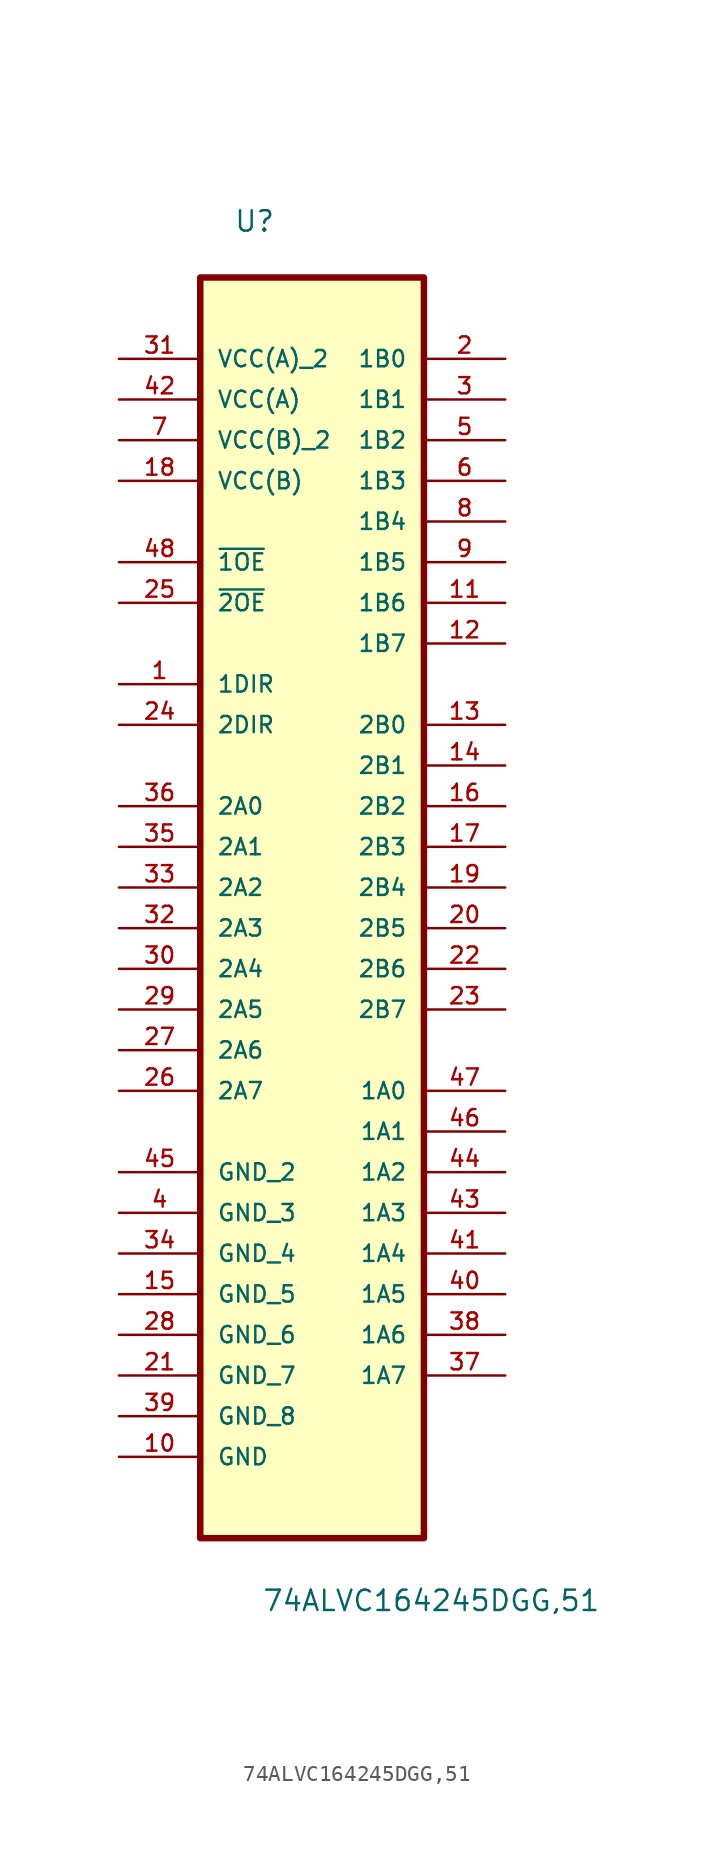
<source format=kicad_sym>
(kicad_symbol_lib
  (version 20211014)
  (generator kicad_symbol_editor)
  (symbol "74ALVC164245DGG,51"
    (pin_names
      (offset 1.016))
    (property "Reference" "U"
      (at -5.537 38.329 0)
      (effects (font (size 1.27 1.27)) (justify left bottom)))
    (property "Value" "74ALVC164245DGG,51"
      (at -3.785 -47.828 0)
      (effects (font (size 1.27 1.27)) (justify left bottom)))
    (property "ki_locked" ""
      (at 0 0 0)
      (effects (font (size 1.27 1.27))))
    (symbol "74ALVC164245DGG,51_0_0"
      (rectangle (start -7.62 35.56) (end 6.35 -43.18) (stroke (width 0.406) (type default) (color 0 0 0 0)) (fill (type background)))
      (pin input line (at -12.7 10.16 0) (length 5.08) (name "1DIR" (effects (font (size 1.016 1.016)))) (number "1" (effects (font (size 1.016 1.016)))))
      (pin passive line (at -12.7 -38.1 0) (length 5.08) (name "GND" (effects (font (size 1.016 1.016)))) (number "10" (effects (font (size 1.016 1.016)))))
      (pin bidirectional line (at 11.43 15.24 180) (length 5.08) (name "1B6" (effects (font (size 1.016 1.016)))) (number "11" (effects (font (size 1.016 1.016)))))
      (pin bidirectional line (at 11.43 12.7 180) (length 5.08) (name "1B7" (effects (font (size 1.016 1.016)))) (number "12" (effects (font (size 1.016 1.016)))))
      (pin bidirectional line (at 11.43 7.62 180) (length 5.08) (name "2B0" (effects (font (size 1.016 1.016)))) (number "13" (effects (font (size 1.016 1.016)))))
      (pin bidirectional line (at 11.43 5.08 180) (length 5.08) (name "2B1" (effects (font (size 1.016 1.016)))) (number "14" (effects (font (size 1.016 1.016)))))
      (pin passive line (at -12.7 -27.94 0) (length 5.08) (name "GND_5" (effects (font (size 1.016 1.016)))) (number "15" (effects (font (size 1.016 1.016)))))
      (pin bidirectional line (at 11.43 2.54 180) (length 5.08) (name "2B2" (effects (font (size 1.016 1.016)))) (number "16" (effects (font (size 1.016 1.016)))))
      (pin bidirectional line (at 11.43 0 180) (length 5.08) (name "2B3" (effects (font (size 1.016 1.016)))) (number "17" (effects (font (size 1.016 1.016)))))
      (pin power_in line (at -12.7 22.86 0) (length 5.08) (name "VCC(B)" (effects (font (size 1.016 1.016)))) (number "18" (effects (font (size 1.016 1.016)))))
      (pin bidirectional line (at 11.43 -2.54 180) (length 5.08) (name "2B4" (effects (font (size 1.016 1.016)))) (number "19" (effects (font (size 1.016 1.016)))))
      (pin bidirectional line (at 11.43 30.48 180) (length 5.08) (name "1B0" (effects (font (size 1.016 1.016)))) (number "2" (effects (font (size 1.016 1.016)))))
      (pin bidirectional line (at 11.43 -5.08 180) (length 5.08) (name "2B5" (effects (font (size 1.016 1.016)))) (number "20" (effects (font (size 1.016 1.016)))))
      (pin passive line (at -12.7 -33.02 0) (length 5.08) (name "GND_7" (effects (font (size 1.016 1.016)))) (number "21" (effects (font (size 1.016 1.016)))))
      (pin bidirectional line (at 11.43 -7.62 180) (length 5.08) (name "2B6" (effects (font (size 1.016 1.016)))) (number "22" (effects (font (size 1.016 1.016)))))
      (pin bidirectional line (at 11.43 -10.16 180) (length 5.08) (name "2B7" (effects (font (size 1.016 1.016)))) (number "23" (effects (font (size 1.016 1.016)))))
      (pin input line (at -12.7 7.62 0) (length 5.08) (name "2DIR" (effects (font (size 1.016 1.016)))) (number "24" (effects (font (size 1.016 1.016)))))
      (pin input line (at -12.7 15.24 0) (length 5.08) (name "~{2OE}" (effects (font (size 1.016 1.016)))) (number "25" (effects (font (size 1.016 1.016)))))
      (pin bidirectional line (at -12.7 -15.24 0) (length 5.08) (name "2A7" (effects (font (size 1.016 1.016)))) (number "26" (effects (font (size 1.016 1.016)))))
      (pin bidirectional line (at -12.7 -12.7 0) (length 5.08) (name "2A6" (effects (font (size 1.016 1.016)))) (number "27" (effects (font (size 1.016 1.016)))))
      (pin passive line (at -12.7 -30.48 0) (length 5.08) (name "GND_6" (effects (font (size 1.016 1.016)))) (number "28" (effects (font (size 1.016 1.016)))))
      (pin bidirectional line (at -12.7 -10.16 0) (length 5.08) (name "2A5" (effects (font (size 1.016 1.016)))) (number "29" (effects (font (size 1.016 1.016)))))
      (pin bidirectional line (at 11.43 27.94 180) (length 5.08) (name "1B1" (effects (font (size 1.016 1.016)))) (number "3" (effects (font (size 1.016 1.016)))))
      (pin bidirectional line (at -12.7 -7.62 0) (length 5.08) (name "2A4" (effects (font (size 1.016 1.016)))) (number "30" (effects (font (size 1.016 1.016)))))
      (pin power_in line (at -12.7 30.48 0) (length 5.08) (name "VCC(A)_2" (effects (font (size 1.016 1.016)))) (number "31" (effects (font (size 1.016 1.016)))))
      (pin bidirectional line (at -12.7 -5.08 0) (length 5.08) (name "2A3" (effects (font (size 1.016 1.016)))) (number "32" (effects (font (size 1.016 1.016)))))
      (pin bidirectional line (at -12.7 -2.54 0) (length 5.08) (name "2A2" (effects (font (size 1.016 1.016)))) (number "33" (effects (font (size 1.016 1.016)))))
      (pin passive line (at -12.7 -25.4 0) (length 5.08) (name "GND_4" (effects (font (size 1.016 1.016)))) (number "34" (effects (font (size 1.016 1.016)))))
      (pin bidirectional line (at -12.7 0 0) (length 5.08) (name "2A1" (effects (font (size 1.016 1.016)))) (number "35" (effects (font (size 1.016 1.016)))))
      (pin bidirectional line (at -12.7 2.54 0) (length 5.08) (name "2A0" (effects (font (size 1.016 1.016)))) (number "36" (effects (font (size 1.016 1.016)))))
      (pin bidirectional line (at 11.43 -33.02 180) (length 5.08) (name "1A7" (effects (font (size 1.016 1.016)))) (number "37" (effects (font (size 1.016 1.016)))))
      (pin bidirectional line (at 11.43 -30.48 180) (length 5.08) (name "1A6" (effects (font (size 1.016 1.016)))) (number "38" (effects (font (size 1.016 1.016)))))
      (pin passive line (at -12.7 -35.56 0) (length 5.08) (name "GND_8" (effects (font (size 1.016 1.016)))) (number "39" (effects (font (size 1.016 1.016)))))
      (pin passive line (at -12.7 -22.86 0) (length 5.08) (name "GND_3" (effects (font (size 1.016 1.016)))) (number "4" (effects (font (size 1.016 1.016)))))
      (pin bidirectional line (at 11.43 -27.94 180) (length 5.08) (name "1A5" (effects (font (size 1.016 1.016)))) (number "40" (effects (font (size 1.016 1.016)))))
      (pin bidirectional line (at 11.43 -25.4 180) (length 5.08) (name "1A4" (effects (font (size 1.016 1.016)))) (number "41" (effects (font (size 1.016 1.016)))))
      (pin power_in line (at -12.7 27.94 0) (length 5.08) (name "VCC(A)" (effects (font (size 1.016 1.016)))) (number "42" (effects (font (size 1.016 1.016)))))
      (pin bidirectional line (at 11.43 -22.86 180) (length 5.08) (name "1A3" (effects (font (size 1.016 1.016)))) (number "43" (effects (font (size 1.016 1.016)))))
      (pin bidirectional line (at 11.43 -20.32 180) (length 5.08) (name "1A2" (effects (font (size 1.016 1.016)))) (number "44" (effects (font (size 1.016 1.016)))))
      (pin passive line (at -12.7 -20.32 0) (length 5.08) (name "GND_2" (effects (font (size 1.016 1.016)))) (number "45" (effects (font (size 1.016 1.016)))))
      (pin bidirectional line (at 11.43 -17.78 180) (length 5.08) (name "1A1" (effects (font (size 1.016 1.016)))) (number "46" (effects (font (size 1.016 1.016)))))
      (pin bidirectional line (at 11.43 -15.24 180) (length 5.08) (name "1A0" (effects (font (size 1.016 1.016)))) (number "47" (effects (font (size 1.016 1.016)))))
      (pin input line (at -12.7 17.78 0) (length 5.08) (name "~{1OE}" (effects (font (size 1.016 1.016)))) (number "48" (effects (font (size 1.016 1.016)))))
      (pin bidirectional line (at 11.43 25.4 180) (length 5.08) (name "1B2" (effects (font (size 1.016 1.016)))) (number "5" (effects (font (size 1.016 1.016)))))
      (pin bidirectional line (at 11.43 22.86 180) (length 5.08) (name "1B3" (effects (font (size 1.016 1.016)))) (number "6" (effects (font (size 1.016 1.016)))))
      (pin power_in line (at -12.7 25.4 0) (length 5.08) (name "VCC(B)_2" (effects (font (size 1.016 1.016)))) (number "7" (effects (font (size 1.016 1.016)))))
      (pin bidirectional line (at 11.43 20.32 180) (length 5.08) (name "1B4" (effects (font (size 1.016 1.016)))) (number "8" (effects (font (size 1.016 1.016)))))
      (pin bidirectional line (at 11.43 17.78 180) (length 5.08) (name "1B5" (effects (font (size 1.016 1.016)))) (number "9" (effects (font (size 1.016 1.016))))))))
</source>
